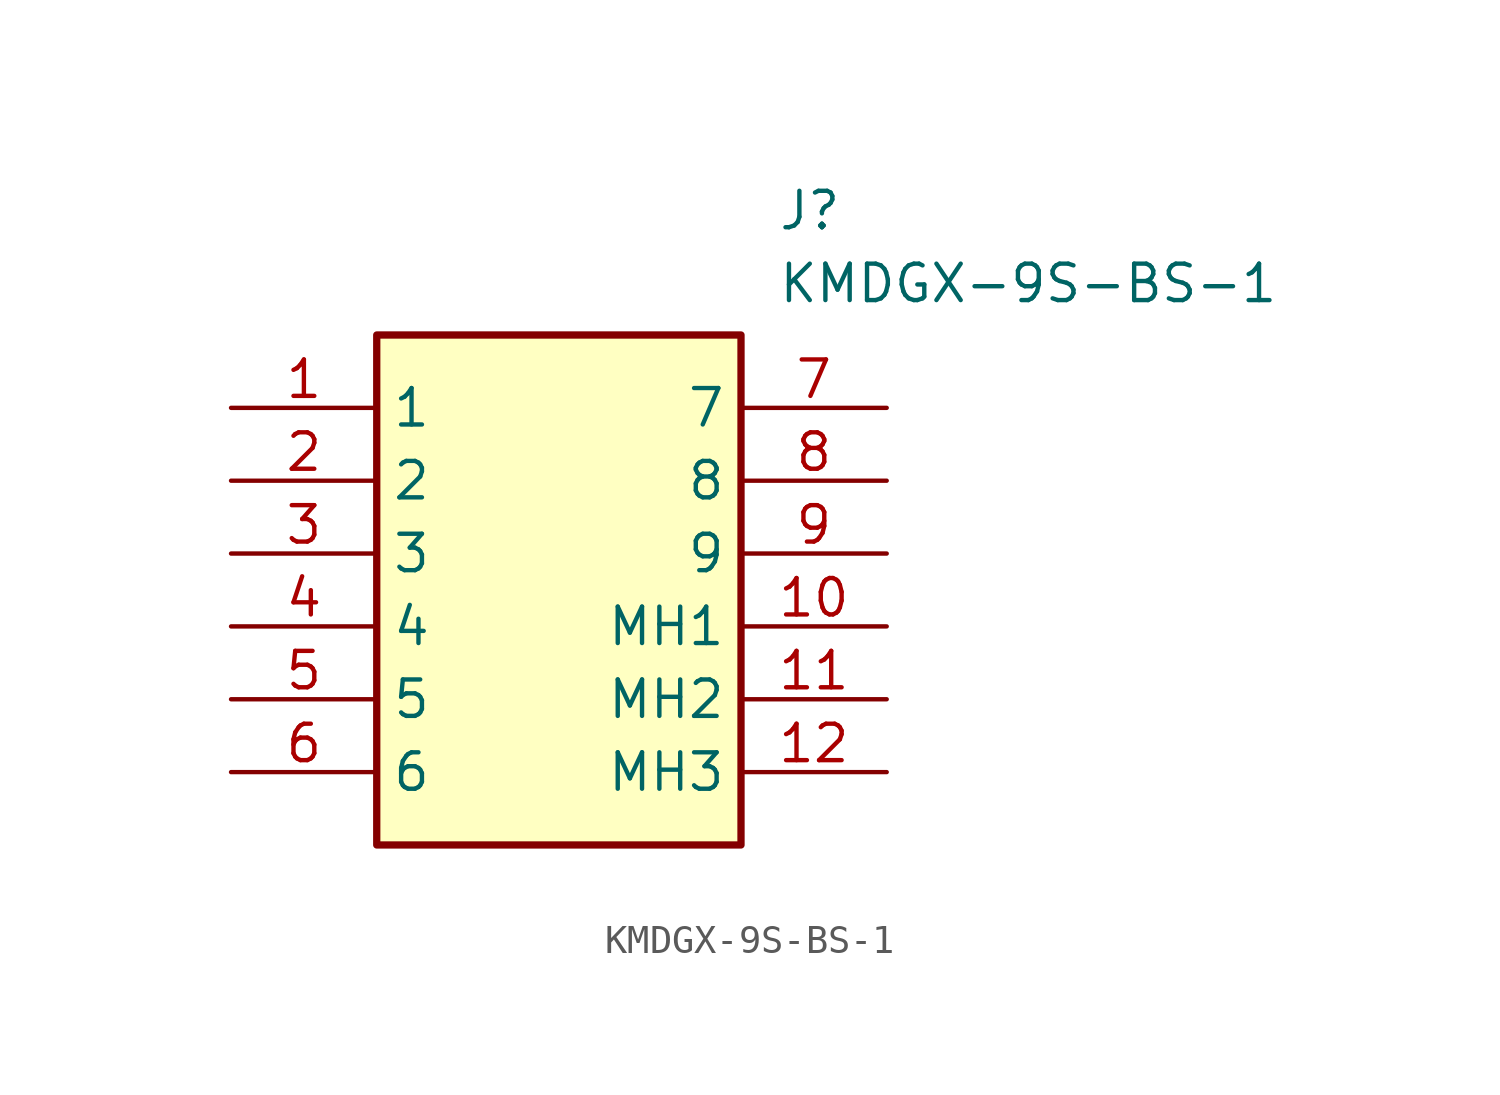
<source format=kicad_sym>
(kicad_symbol_lib
  (version 20211014)
  (generator SamacSys_ECAD_Model)
  (symbol "KMDGX-9S-BS-1"
    (property "Reference" "J"
      (at 19.05 7.62 0)
      (effects (font (size 1.27 1.27)) (justify left top)))
    (property "Value" "KMDGX-9S-BS-1"
      (at 19.05 5.08 0)
      (effects (font (size 1.27 1.27)) (justify left top)))
    (rectangle
      (start 5.08 2.54)
      (end 17.78 -15.24)
      (stroke (width 0.254) (type default))
      (fill (type background)))
    (pin passive line
      (at 0 0 0)
      (length 5.08)
      (name "1" (effects (font (size 1.27 1.27))))
      (number "1" (effects (font (size 1.27 1.27)))))
    (pin passive line
      (at 0 -2.54 0)
      (length 5.08)
      (name "2" (effects (font (size 1.27 1.27))))
      (number "2" (effects (font (size 1.27 1.27)))))
    (pin passive line
      (at 0 -5.08 0)
      (length 5.08)
      (name "3" (effects (font (size 1.27 1.27))))
      (number "3" (effects (font (size 1.27 1.27)))))
    (pin passive line
      (at 0 -7.62 0)
      (length 5.08)
      (name "4" (effects (font (size 1.27 1.27))))
      (number "4" (effects (font (size 1.27 1.27)))))
    (pin passive line
      (at 0 -10.16 0)
      (length 5.08)
      (name "5" (effects (font (size 1.27 1.27))))
      (number "5" (effects (font (size 1.27 1.27)))))
    (pin passive line
      (at 0 -12.7 0)
      (length 5.08)
      (name "6" (effects (font (size 1.27 1.27))))
      (number "6" (effects (font (size 1.27 1.27)))))
    (pin passive line
      (at 22.86 0 180)
      (length 5.08)
      (name "7" (effects (font (size 1.27 1.27))))
      (number "7" (effects (font (size 1.27 1.27)))))
    (pin passive line
      (at 22.86 -2.54 180)
      (length 5.08)
      (name "8" (effects (font (size 1.27 1.27))))
      (number "8" (effects (font (size 1.27 1.27)))))
    (pin passive line
      (at 22.86 -5.08 180)
      (length 5.08)
      (name "9" (effects (font (size 1.27 1.27))))
      (number "9" (effects (font (size 1.27 1.27)))))
    (pin passive line
      (at 22.86 -7.62 180)
      (length 5.08)
      (name "MH1" (effects (font (size 1.27 1.27))))
      (number "10" (effects (font (size 1.27 1.27)))))
    (pin passive line
      (at 22.86 -10.16 180)
      (length 5.08)
      (name "MH2" (effects (font (size 1.27 1.27))))
      (number "11" (effects (font (size 1.27 1.27)))))
    (pin passive line
      (at 22.86 -12.7 180)
      (length 5.08)
      (name "MH3" (effects (font (size 1.27 1.27))))
      (number "12" (effects (font (size 1.27 1.27)))))))
</source>
